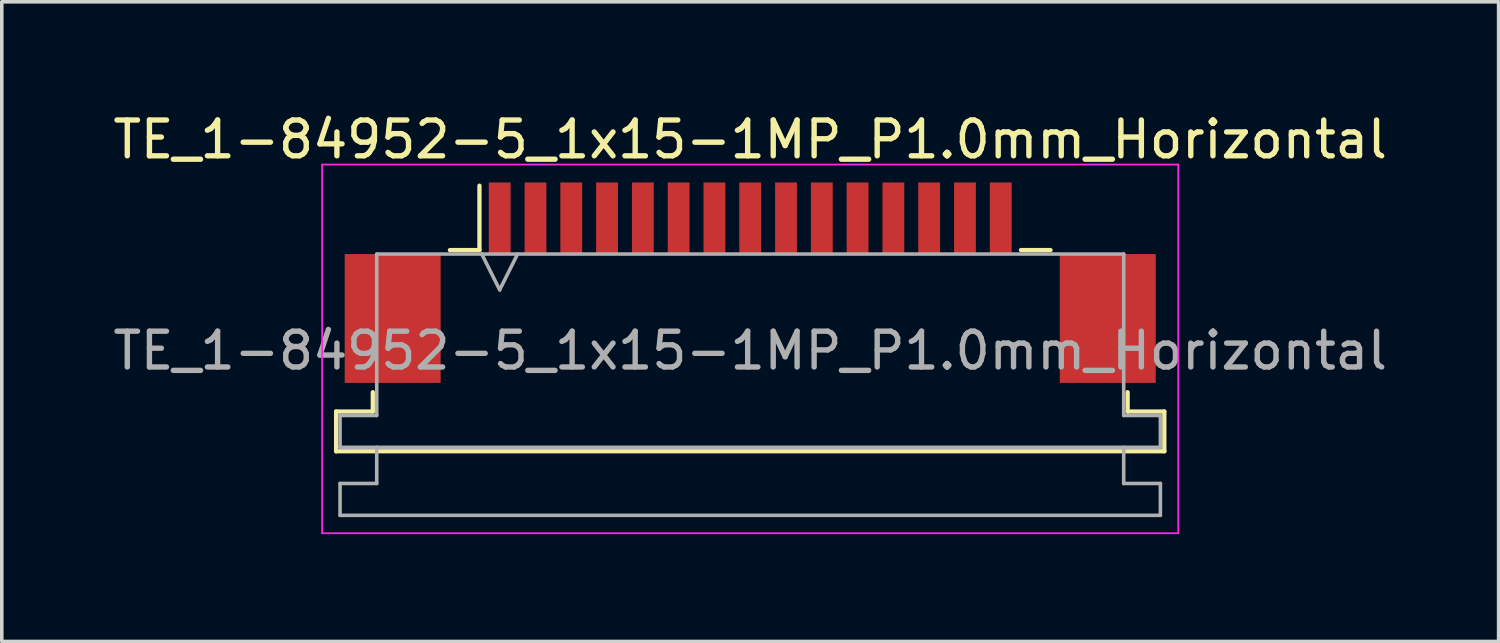
<source format=kicad_pcb>
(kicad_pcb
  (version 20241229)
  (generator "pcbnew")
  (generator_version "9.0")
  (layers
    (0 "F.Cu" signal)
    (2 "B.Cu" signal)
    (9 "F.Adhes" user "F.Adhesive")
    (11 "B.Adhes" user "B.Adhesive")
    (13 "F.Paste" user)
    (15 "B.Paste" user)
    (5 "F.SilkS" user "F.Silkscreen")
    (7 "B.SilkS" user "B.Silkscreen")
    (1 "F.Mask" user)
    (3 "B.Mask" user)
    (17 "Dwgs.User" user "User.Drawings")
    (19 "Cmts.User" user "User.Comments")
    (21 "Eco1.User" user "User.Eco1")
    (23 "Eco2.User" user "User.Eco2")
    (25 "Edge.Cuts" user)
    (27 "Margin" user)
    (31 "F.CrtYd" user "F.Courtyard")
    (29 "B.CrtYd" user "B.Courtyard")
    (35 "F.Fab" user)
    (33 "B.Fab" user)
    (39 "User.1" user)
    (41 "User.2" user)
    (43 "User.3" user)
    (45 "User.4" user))
  (footprint "TE_1-84952-5_1x15-1MP_P1.0mm_Horizontal"
    (layer "F.Cu")
    (at 17.911 4.848)
    (property "Reference" "TE_1-84952-5_1x15-1MP_P1.0mm_Horizontal" (at 0 -4 0) (layer "F.SilkS") (effects (font (size 1 1) (thickness 0.15))))
    (attr smd)
    (fp_line (start -11.57 3.6) (end -10.545 3.6) (stroke (width 0.12) (type solid)) (layer "F.SilkS"))
    (fp_line (start -11.57 4.71) (end -11.57 3.6) (stroke (width 0.12) (type solid)) (layer "F.SilkS"))
    (fp_line (start -10.545 3.6) (end -10.545 3.06) (stroke (width 0.12) (type solid)) (layer "F.SilkS"))
    (fp_line (start -8.39 -0.91) (end -7.565 -0.91) (stroke (width 0.12) (type solid)) (layer "F.SilkS"))
    (fp_line (start -7.565 -0.91) (end -7.565 -2.71) (stroke (width 0.12) (type solid)) (layer "F.SilkS"))
    (fp_line (start 7.565 -0.91) (end 8.39 -0.91) (stroke (width 0.12) (type solid)) (layer "F.SilkS"))
    (fp_line (start 10.545 3.06) (end 10.545 3.6) (stroke (width 0.12) (type solid)) (layer "F.SilkS"))
    (fp_line (start 10.545 3.6) (end 11.57 3.6) (stroke (width 0.12) (type solid)) (layer "F.SilkS"))
    (fp_line (start 11.57 3.6) (end 11.57 4.71) (stroke (width 0.12) (type solid)) (layer "F.SilkS"))
    (fp_line (start 11.57 4.71) (end -11.57 4.71) (stroke (width 0.12) (type solid)) (layer "F.SilkS"))
    (fp_line (start -11.96 -3.3) (end -11.96 7) (stroke (width 0.05) (type solid)) (layer "F.CrtYd"))
    (fp_line (start -11.96 7) (end 11.96 7) (stroke (width 0.05) (type solid)) (layer "F.CrtYd"))
    (fp_line (start 11.96 -3.3) (end -11.96 -3.3) (stroke (width 0.05) (type solid)) (layer "F.CrtYd"))
    (fp_line (start 11.96 7) (end 11.96 -3.3) (stroke (width 0.05) (type solid)) (layer "F.CrtYd"))
    (fp_line (start -11.46 3.71) (end -10.435 3.71) (stroke (width 0.1) (type solid)) (layer "F.Fab"))
    (fp_line (start -11.46 4.6) (end -11.46 3.71) (stroke (width 0.1) (type solid)) (layer "F.Fab"))
    (fp_line (start -11.46 5.61) (end -10.435 5.61) (stroke (width 0.1) (type solid)) (layer "F.Fab"))
    (fp_line (start -11.46 6.5) (end -11.46 5.61) (stroke (width 0.1) (type solid)) (layer "F.Fab"))
    (fp_line (start -10.435 -0.8) (end 10.435 -0.8) (stroke (width 0.1) (type solid)) (layer "F.Fab"))
    (fp_line (start -10.435 3.71) (end -10.435 -0.8) (stroke (width 0.1) (type solid)) (layer "F.Fab"))
    (fp_line (start -10.435 5.61) (end -10.435 4.6) (stroke (width 0.1) (type solid)) (layer "F.Fab"))
    (fp_line (start -7.5 -0.8) (end -7 0.2) (stroke (width 0.1) (type solid)) (layer "F.Fab"))
    (fp_line (start -7 0.2) (end -6.5 -0.8) (stroke (width 0.1) (type solid)) (layer "F.Fab"))
    (fp_line (start 10.435 -0.8) (end 10.435 3.71) (stroke (width 0.1) (type solid)) (layer "F.Fab"))
    (fp_line (start 10.435 3.71) (end 11.46 3.71) (stroke (width 0.1) (type solid)) (layer "F.Fab"))
    (fp_line (start 10.435 4.6) (end 10.435 5.61) (stroke (width 0.1) (type solid)) (layer "F.Fab"))
    (fp_line (start 10.435 5.61) (end 11.46 5.61) (stroke (width 0.1) (type solid)) (layer "F.Fab"))
    (fp_line (start 11.46 3.71) (end 11.46 4.6) (stroke (width 0.1) (type solid)) (layer "F.Fab"))
    (fp_line (start 11.46 4.6) (end -11.46 4.6) (stroke (width 0.1) (type solid)) (layer "F.Fab"))
    (fp_line (start 11.46 5.61) (end 11.46 6.5) (stroke (width 0.1) (type solid)) (layer "F.Fab"))
    (fp_line (start 11.46 6.5) (end -11.46 6.5) (stroke (width 0.1) (type solid)) (layer "F.Fab"))
    (fp_text user "${REFERENCE}" (at 0 1.9 0) (layer "F.Fab") (effects (font (size 1 1) (thickness 0.15))))
    (pad "1" smd rect (at -7 -1.8) (size 0.61 2) (layers "F.Cu" "F.Mask" "F.Paste"))
    (pad "2" smd rect (at -6 -1.8) (size 0.61 2) (layers "F.Cu" "F.Mask" "F.Paste"))
    (pad "3" smd rect (at -5 -1.8) (size 0.61 2) (layers "F.Cu" "F.Mask" "F.Paste"))
    (pad "4" smd rect (at -4 -1.8) (size 0.61 2) (layers "F.Cu" "F.Mask" "F.Paste"))
    (pad "5" smd rect (at -3 -1.8) (size 0.61 2) (layers "F.Cu" "F.Mask" "F.Paste"))
    (pad "6" smd rect (at -2 -1.8) (size 0.61 2) (layers "F.Cu" "F.Mask" "F.Paste"))
    (pad "7" smd rect (at -1 -1.8) (size 0.61 2) (layers "F.Cu" "F.Mask" "F.Paste"))
    (pad "8" smd rect (at 0 -1.8) (size 0.61 2) (layers "F.Cu" "F.Mask" "F.Paste"))
    (pad "9" smd rect (at 1 -1.8) (size 0.61 2) (layers "F.Cu" "F.Mask" "F.Paste"))
    (pad "10" smd rect (at 2 -1.8) (size 0.61 2) (layers "F.Cu" "F.Mask" "F.Paste"))
    (pad "11" smd rect (at 3 -1.8) (size 0.61 2) (layers "F.Cu" "F.Mask" "F.Paste"))
    (pad "12" smd rect (at 4 -1.8) (size 0.61 2) (layers "F.Cu" "F.Mask" "F.Paste"))
    (pad "13" smd rect (at 5 -1.8) (size 0.61 2) (layers "F.Cu" "F.Mask" "F.Paste"))
    (pad "14" smd rect (at 6 -1.8) (size 0.61 2) (layers "F.Cu" "F.Mask" "F.Paste"))
    (pad "15" smd rect (at 7 -1.8) (size 0.61 2) (layers "F.Cu" "F.Mask" "F.Paste"))
    (pad "MP" smd rect (at -9.99 1) (size 2.68 3.6) (layers "F.Cu" "F.Mask" "F.Paste"))
    (pad "MP" smd rect (at 9.99 1) (size 2.68 3.6) (layers "F.Cu" "F.Mask" "F.Paste")))
  (gr_rect
    (start -3 -3)
    (end 38.821 14.873)
    (stroke (width 0.1) (type default))
    (fill no)
    (layer "Edge.Cuts")))
</source>
